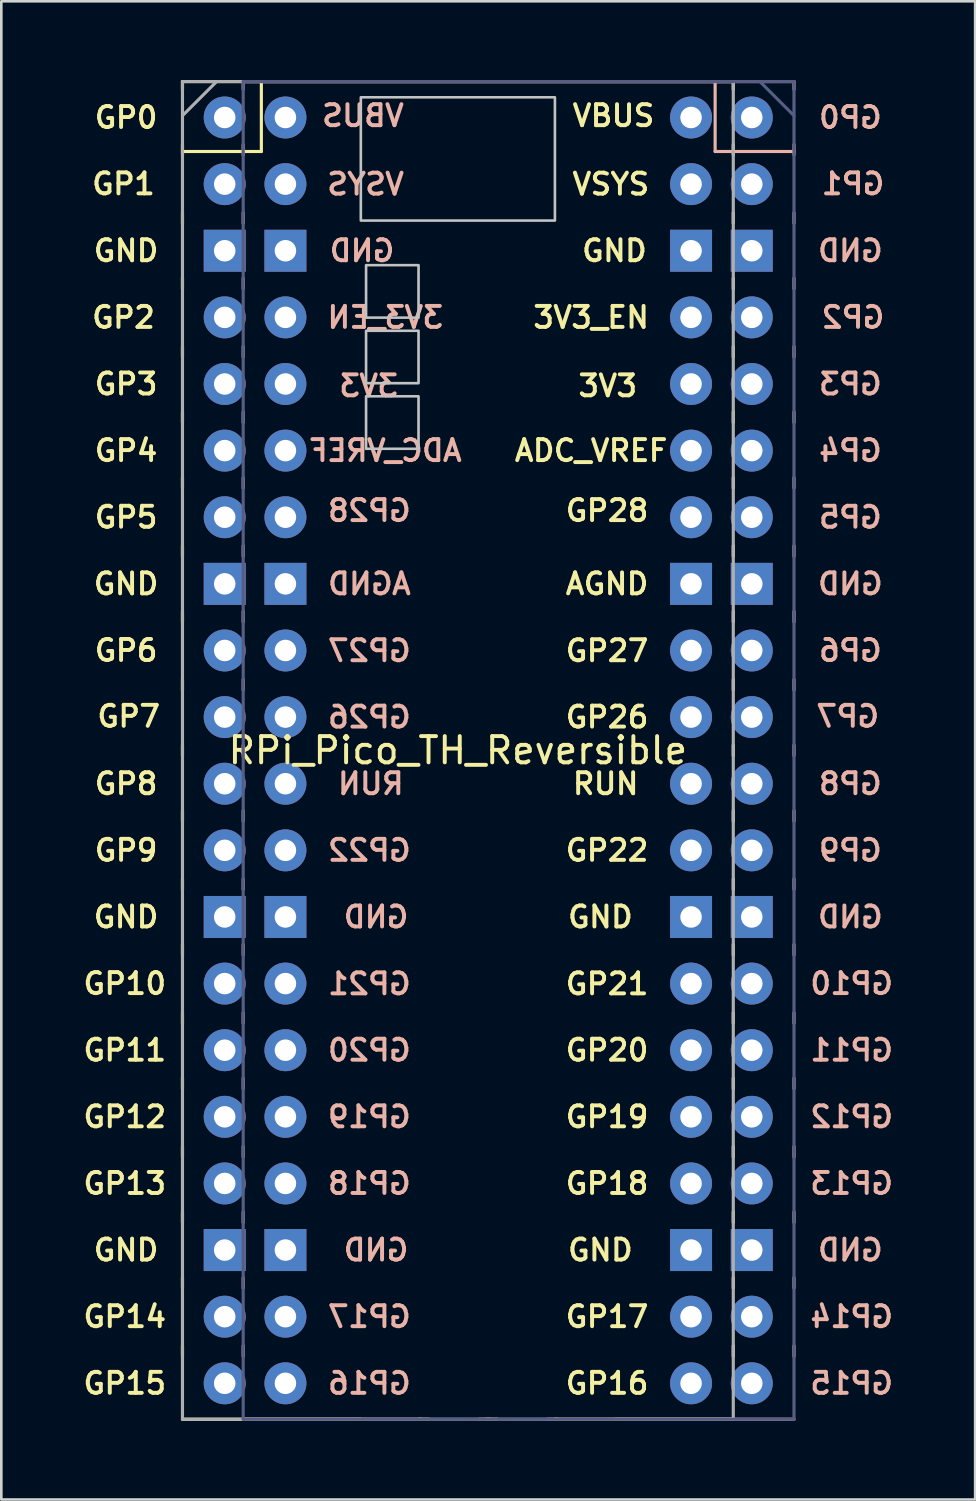
<source format=kicad_pcb>
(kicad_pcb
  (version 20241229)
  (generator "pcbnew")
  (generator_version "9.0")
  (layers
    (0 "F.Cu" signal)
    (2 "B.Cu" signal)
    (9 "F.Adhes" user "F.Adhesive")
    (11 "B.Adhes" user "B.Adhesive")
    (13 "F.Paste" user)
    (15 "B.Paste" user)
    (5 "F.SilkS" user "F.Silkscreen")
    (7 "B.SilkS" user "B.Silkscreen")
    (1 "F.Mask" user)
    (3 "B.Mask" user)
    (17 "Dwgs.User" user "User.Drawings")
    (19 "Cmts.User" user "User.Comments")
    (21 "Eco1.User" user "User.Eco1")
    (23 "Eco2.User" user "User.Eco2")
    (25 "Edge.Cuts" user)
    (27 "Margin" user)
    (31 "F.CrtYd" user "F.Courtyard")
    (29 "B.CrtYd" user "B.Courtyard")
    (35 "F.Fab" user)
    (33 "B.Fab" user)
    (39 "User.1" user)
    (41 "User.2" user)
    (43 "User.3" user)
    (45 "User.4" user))
  (footprint "RPi_Pico_TH_Reversible"
    (layer "F.Cu")
    (at 14.407 25.56)
    (property "Reference" "RPi_Pico_TH_Reversible" (at 0 0 0) (layer "F.SilkS") (effects (font (size 1 1) (thickness 0.15))))
    (attr through_hole)
    (fp_line (start -10.5 -25.5) (end -10.5 -25.2) (stroke (width 0.12) (type solid)) (layer "F.SilkS"))
    (fp_line (start -10.5 -25.5) (end 10.5 -25.5) (stroke (width 0.12) (type solid)) (layer "F.SilkS"))
    (fp_line (start -10.5 -23.1) (end -10.5 -22.7) (stroke (width 0.12) (type solid)) (layer "F.SilkS"))
    (fp_line (start -10.5 -22.833) (end -7.493 -22.833) (stroke (width 0.12) (type solid)) (layer "F.SilkS"))
    (fp_line (start -10.5 -20.5) (end -10.5 -20.1) (stroke (width 0.12) (type solid)) (layer "F.SilkS"))
    (fp_line (start -10.5 -18) (end -10.5 -17.6) (stroke (width 0.12) (type solid)) (layer "F.SilkS"))
    (fp_line (start -10.5 -15.4) (end -10.5 -15) (stroke (width 0.12) (type solid)) (layer "F.SilkS"))
    (fp_line (start -10.5 -12.9) (end -10.5 -12.5) (stroke (width 0.12) (type solid)) (layer "F.SilkS"))
    (fp_line (start -10.5 -10.4) (end -10.5 -10) (stroke (width 0.12) (type solid)) (layer "F.SilkS"))
    (fp_line (start -10.5 -7.8) (end -10.5 -7.4) (stroke (width 0.12) (type solid)) (layer "F.SilkS"))
    (fp_line (start -10.5 -5.3) (end -10.5 -4.9) (stroke (width 0.12) (type solid)) (layer "F.SilkS"))
    (fp_line (start -10.5 -2.7) (end -10.5 -2.3) (stroke (width 0.12) (type solid)) (layer "F.SilkS"))
    (fp_line (start -10.5 -0.2) (end -10.5 0.2) (stroke (width 0.12) (type solid)) (layer "F.SilkS"))
    (fp_line (start -10.5 2.3) (end -10.5 2.7) (stroke (width 0.12) (type solid)) (layer "F.SilkS"))
    (fp_line (start -10.5 4.9) (end -10.5 5.3) (stroke (width 0.12) (type solid)) (layer "F.SilkS"))
    (fp_line (start -10.5 7.4) (end -10.5 7.8) (stroke (width 0.12) (type solid)) (layer "F.SilkS"))
    (fp_line (start -10.5 10) (end -10.5 10.4) (stroke (width 0.12) (type solid)) (layer "F.SilkS"))
    (fp_line (start -10.5 12.5) (end -10.5 12.9) (stroke (width 0.12) (type solid)) (layer "F.SilkS"))
    (fp_line (start -10.5 15.1) (end -10.5 15.5) (stroke (width 0.12) (type solid)) (layer "F.SilkS"))
    (fp_line (start -10.5 17.6) (end -10.5 18) (stroke (width 0.12) (type solid)) (layer "F.SilkS"))
    (fp_line (start -10.5 20.1) (end -10.5 20.5) (stroke (width 0.12) (type solid)) (layer "F.SilkS"))
    (fp_line (start -10.5 22.7) (end -10.5 23.1) (stroke (width 0.12) (type solid)) (layer "F.SilkS"))
    (fp_line (start -7.493 -22.833) (end -7.493 -25.5) (stroke (width 0.12) (type solid)) (layer "F.SilkS"))
    (fp_line (start -3.7 25.5) (end -10.5 25.5) (stroke (width 0.12) (type solid)) (layer "F.SilkS"))
    (fp_line (start -1.5 25.5) (end -1.1 25.5) (stroke (width 0.12) (type solid)) (layer "F.SilkS"))
    (fp_line (start 1.1 25.5) (end 1.5 25.5) (stroke (width 0.12) (type solid)) (layer "F.SilkS"))
    (fp_line (start 10.5 -25.5) (end 10.5 -25.2) (stroke (width 0.12) (type solid)) (layer "F.SilkS"))
    (fp_line (start 10.5 -23.1) (end 10.5 -22.7) (stroke (width 0.12) (type solid)) (layer "F.SilkS"))
    (fp_line (start 10.5 -20.5) (end 10.5 -20.1) (stroke (width 0.12) (type solid)) (layer "F.SilkS"))
    (fp_line (start 10.5 -18) (end 10.5 -17.6) (stroke (width 0.12) (type solid)) (layer "F.SilkS"))
    (fp_line (start 10.5 -15.4) (end 10.5 -15) (stroke (width 0.12) (type solid)) (layer "F.SilkS"))
    (fp_line (start 10.5 -12.9) (end 10.5 -12.5) (stroke (width 0.12) (type solid)) (layer "F.SilkS"))
    (fp_line (start 10.5 -10.4) (end 10.5 -10) (stroke (width 0.12) (type solid)) (layer "F.SilkS"))
    (fp_line (start 10.5 -7.8) (end 10.5 -7.4) (stroke (width 0.12) (type solid)) (layer "F.SilkS"))
    (fp_line (start 10.5 -5.3) (end 10.5 -4.9) (stroke (width 0.12) (type solid)) (layer "F.SilkS"))
    (fp_line (start 10.5 -2.7) (end 10.5 -2.3) (stroke (width 0.12) (type solid)) (layer "F.SilkS"))
    (fp_line (start 10.5 -0.2) (end 10.5 0.2) (stroke (width 0.12) (type solid)) (layer "F.SilkS"))
    (fp_line (start 10.5 2.3) (end 10.5 2.7) (stroke (width 0.12) (type solid)) (layer "F.SilkS"))
    (fp_line (start 10.5 4.9) (end 10.5 5.3) (stroke (width 0.12) (type solid)) (layer "F.SilkS"))
    (fp_line (start 10.5 7.4) (end 10.5 7.8) (stroke (width 0.12) (type solid)) (layer "F.SilkS"))
    (fp_line (start 10.5 10) (end 10.5 10.4) (stroke (width 0.12) (type solid)) (layer "F.SilkS"))
    (fp_line (start 10.5 12.5) (end 10.5 12.9) (stroke (width 0.12) (type solid)) (layer "F.SilkS"))
    (fp_line (start 10.5 15.1) (end 10.5 15.5) (stroke (width 0.12) (type solid)) (layer "F.SilkS"))
    (fp_line (start 10.5 17.6) (end 10.5 18) (stroke (width 0.12) (type solid)) (layer "F.SilkS"))
    (fp_line (start 10.5 20.1) (end 10.5 20.5) (stroke (width 0.12) (type solid)) (layer "F.SilkS"))
    (fp_line (start 10.5 22.7) (end 10.5 23.1) (stroke (width 0.12) (type solid)) (layer "F.SilkS"))
    (fp_line (start 10.5 25.5) (end 3.7 25.5) (stroke (width 0.12) (type solid)) (layer "F.SilkS"))
    (fp_line (start -8.185 -25.5) (end -8.185 -25.2) (stroke (width 0.12) (type solid)) (layer "B.SilkS"))
    (fp_line (start -8.185 -23.1) (end -8.185 -22.7) (stroke (width 0.12) (type solid)) (layer "B.SilkS"))
    (fp_line (start -8.185 -20.5) (end -8.185 -20.1) (stroke (width 0.12) (type solid)) (layer "B.SilkS"))
    (fp_line (start -8.185 -18) (end -8.185 -17.6) (stroke (width 0.12) (type solid)) (layer "B.SilkS"))
    (fp_line (start -8.185 -15.4) (end -8.185 -15) (stroke (width 0.12) (type solid)) (layer "B.SilkS"))
    (fp_line (start -8.185 -12.9) (end -8.185 -12.5) (stroke (width 0.12) (type solid)) (layer "B.SilkS"))
    (fp_line (start -8.185 -10.4) (end -8.185 -10) (stroke (width 0.12) (type solid)) (layer "B.SilkS"))
    (fp_line (start -8.185 -7.8) (end -8.185 -7.4) (stroke (width 0.12) (type solid)) (layer "B.SilkS"))
    (fp_line (start -8.185 -5.3) (end -8.185 -4.9) (stroke (width 0.12) (type solid)) (layer "B.SilkS"))
    (fp_line (start -8.185 -2.7) (end -8.185 -2.3) (stroke (width 0.12) (type solid)) (layer "B.SilkS"))
    (fp_line (start -8.185 -0.2) (end -8.185 0.2) (stroke (width 0.12) (type solid)) (layer "B.SilkS"))
    (fp_line (start -8.185 2.3) (end -8.185 2.7) (stroke (width 0.12) (type solid)) (layer "B.SilkS"))
    (fp_line (start -8.185 4.9) (end -8.185 5.3) (stroke (width 0.12) (type solid)) (layer "B.SilkS"))
    (fp_line (start -8.185 7.4) (end -8.185 7.8) (stroke (width 0.12) (type solid)) (layer "B.SilkS"))
    (fp_line (start -8.185 10) (end -8.185 10.4) (stroke (width 0.12) (type solid)) (layer "B.SilkS"))
    (fp_line (start -8.185 12.5) (end -8.185 12.9) (stroke (width 0.12) (type solid)) (layer "B.SilkS"))
    (fp_line (start -8.185 15.1) (end -8.185 15.5) (stroke (width 0.12) (type solid)) (layer "B.SilkS"))
    (fp_line (start -8.185 17.6) (end -8.185 18) (stroke (width 0.12) (type solid)) (layer "B.SilkS"))
    (fp_line (start -8.185 20.1) (end -8.185 20.5) (stroke (width 0.12) (type solid)) (layer "B.SilkS"))
    (fp_line (start -8.185 22.7) (end -8.185 23.1) (stroke (width 0.12) (type solid)) (layer "B.SilkS"))
    (fp_line (start -8.185 25.5) (end -1.385 25.5) (stroke (width 0.12) (type solid)) (layer "B.SilkS"))
    (fp_line (start 1.215 25.5) (end 0.815 25.5) (stroke (width 0.12) (type solid)) (layer "B.SilkS"))
    (fp_line (start 3.815 25.5) (end 3.415 25.5) (stroke (width 0.12) (type solid)) (layer "B.SilkS"))
    (fp_line (start 6.015 25.5) (end 12.815 25.5) (stroke (width 0.12) (type solid)) (layer "B.SilkS"))
    (fp_line (start 9.808 -22.833) (end 9.808 -25.5) (stroke (width 0.12) (type solid)) (layer "B.SilkS"))
    (fp_line (start 12.815 -25.5) (end -8.185 -25.5) (stroke (width 0.12) (type solid)) (layer "B.SilkS"))
    (fp_line (start 12.815 -25.5) (end 12.815 -25.2) (stroke (width 0.12) (type solid)) (layer "B.SilkS"))
    (fp_line (start 12.815 -23.1) (end 12.815 -22.7) (stroke (width 0.12) (type solid)) (layer "B.SilkS"))
    (fp_line (start 12.815 -22.833) (end 9.808 -22.833) (stroke (width 0.12) (type solid)) (layer "B.SilkS"))
    (fp_line (start 12.815 -20.5) (end 12.815 -20.1) (stroke (width 0.12) (type solid)) (layer "B.SilkS"))
    (fp_line (start 12.815 -18) (end 12.815 -17.6) (stroke (width 0.12) (type solid)) (layer "B.SilkS"))
    (fp_line (start 12.815 -15.4) (end 12.815 -15) (stroke (width 0.12) (type solid)) (layer "B.SilkS"))
    (fp_line (start 12.815 -12.9) (end 12.815 -12.5) (stroke (width 0.12) (type solid)) (layer "B.SilkS"))
    (fp_line (start 12.815 -10.4) (end 12.815 -10) (stroke (width 0.12) (type solid)) (layer "B.SilkS"))
    (fp_line (start 12.815 -7.8) (end 12.815 -7.4) (stroke (width 0.12) (type solid)) (layer "B.SilkS"))
    (fp_line (start 12.815 -5.3) (end 12.815 -4.9) (stroke (width 0.12) (type solid)) (layer "B.SilkS"))
    (fp_line (start 12.815 -2.7) (end 12.815 -2.3) (stroke (width 0.12) (type solid)) (layer "B.SilkS"))
    (fp_line (start 12.815 -0.2) (end 12.815 0.2) (stroke (width 0.12) (type solid)) (layer "B.SilkS"))
    (fp_line (start 12.815 2.3) (end 12.815 2.7) (stroke (width 0.12) (type solid)) (layer "B.SilkS"))
    (fp_line (start 12.815 4.9) (end 12.815 5.3) (stroke (width 0.12) (type solid)) (layer "B.SilkS"))
    (fp_line (start 12.815 7.4) (end 12.815 7.8) (stroke (width 0.12) (type solid)) (layer "B.SilkS"))
    (fp_line (start 12.815 10) (end 12.815 10.4) (stroke (width 0.12) (type solid)) (layer "B.SilkS"))
    (fp_line (start 12.815 12.5) (end 12.815 12.9) (stroke (width 0.12) (type solid)) (layer "B.SilkS"))
    (fp_line (start 12.815 15.1) (end 12.815 15.5) (stroke (width 0.12) (type solid)) (layer "B.SilkS"))
    (fp_line (start 12.815 17.6) (end 12.815 18) (stroke (width 0.12) (type solid)) (layer "B.SilkS"))
    (fp_line (start 12.815 20.1) (end 12.815 20.5) (stroke (width 0.12) (type solid)) (layer "B.SilkS"))
    (fp_line (start 12.815 22.7) (end 12.815 23.1) (stroke (width 0.12) (type solid)) (layer "B.SilkS"))
    (fp_poly (pts (xy -1.5 -16.5) (xy -3.5 -16.5) (xy -3.5 -18.5) (xy -1.5 -18.5)) (stroke (width 0.1) (type solid)) (fill no) (layer "Dwgs.User"))
    (fp_poly (pts (xy -1.5 -14) (xy -3.5 -14) (xy -3.5 -16) (xy -1.5 -16)) (stroke (width 0.1) (type solid)) (fill no) (layer "Dwgs.User"))
    (fp_poly (pts (xy -1.5 -11.5) (xy -3.5 -11.5) (xy -3.5 -13.5) (xy -1.5 -13.5)) (stroke (width 0.1) (type solid)) (fill no) (layer "Dwgs.User"))
    (fp_poly (pts (xy 3.7 -20.2) (xy -3.7 -20.2) (xy -3.7 -24.9) (xy 3.7 -24.9)) (stroke (width 0.1) (type solid)) (fill no) (layer "Dwgs.User"))
    (fp_line (start -8.185 -25.5) (end -8.185 25.5) (stroke (width 0.12) (type solid)) (layer "B.Fab"))
    (fp_line (start -8.185 25.5) (end 12.815 25.5) (stroke (width 0.12) (type solid)) (layer "B.Fab"))
    (fp_line (start 12.815 -25.5) (end -8.185 -25.5) (stroke (width 0.12) (type solid)) (layer "B.Fab"))
    (fp_line (start 12.815 -24.2) (end 11.515 -25.5) (stroke (width 0.12) (type solid)) (layer "B.Fab"))
    (fp_line (start 12.815 25.5) (end 12.815 -25.5) (stroke (width 0.12) (type solid)) (layer "B.Fab"))
    (fp_line (start -10.5 -25.5) (end 10.5 -25.5) (stroke (width 0.12) (type solid)) (layer "F.Fab"))
    (fp_line (start -10.5 -24.2) (end -9.2 -25.5) (stroke (width 0.12) (type solid)) (layer "F.Fab"))
    (fp_line (start -10.5 25.5) (end -10.5 -25.5) (stroke (width 0.12) (type solid)) (layer "F.Fab"))
    (fp_line (start 10.5 -25.5) (end 10.5 25.5) (stroke (width 0.12) (type solid)) (layer "F.Fab"))
    (fp_line (start 10.5 25.5) (end -10.5 25.5) (stroke (width 0.12) (type solid)) (layer "F.Fab"))
    (fp_text user "GND" (at 5.969 -19.05 0) (layer "F.SilkS") (effects (font (size 0.8 0.8) (thickness 0.15))))
    (fp_text user "GP19" (at 5.688 13.97 0) (layer "F.SilkS") (effects (font (size 0.8 0.8) (thickness 0.15))))
    (fp_text user "GP9" (at -12.65 3.81 0) (layer "F.SilkS") (effects (font (size 0.8 0.8) (thickness 0.15))))
    (fp_text user "GP13" (at -12.7 16.51 0) (layer "F.SilkS") (effects (font (size 0.8 0.8) (thickness 0.15))))
    (fp_text user "GND" (at -12.65 6.35 0) (layer "F.SilkS") (effects (font (size 0.8 0.8) (thickness 0.15))))
    (fp_text user "GND" (at 5.434 19.05 0) (layer "F.SilkS") (effects (font (size 0.8 0.8) (thickness 0.15))))
    (fp_text user "GP11" (at -12.7 11.43 0) (layer "F.SilkS") (effects (font (size 0.8 0.8) (thickness 0.15))))
    (fp_text user "AGND" (at 5.688 -6.35 0) (layer "F.SilkS") (effects (font (size 0.8 0.8) (thickness 0.15))))
    (fp_text user "GP28" (at 5.688 -9.144 0) (layer "F.SilkS") (effects (font (size 0.8 0.8) (thickness 0.15))))
    (fp_text user "VSYS" (at 5.834 -21.59 0) (layer "F.SilkS") (effects (font (size 0.8 0.8) (thickness 0.15))))
    (fp_text user "3V3_EN" (at 5.08 -16.51 0) (layer "F.SilkS") (effects (font (size 0.8 0.8) (thickness 0.15))))
    (fp_text user "GP15" (at -12.7 24.13 0) (layer "F.SilkS") (effects (font (size 0.8 0.8) (thickness 0.15))))
    (fp_text user "GP4" (at -12.65 -11.43 0) (layer "F.SilkS") (effects (font (size 0.8 0.8) (thickness 0.15))))
    (fp_text user "GP26" (at 5.688 -1.27 0) (layer "F.SilkS") (effects (font (size 0.8 0.8) (thickness 0.15))))
    (fp_text user "GP7" (at -12.55 -1.3 0) (layer "F.SilkS") (effects (font (size 0.8 0.8) (thickness 0.15))))
    (fp_text user "GP12" (at -12.7 13.97 0) (layer "F.SilkS") (effects (font (size 0.8 0.8) (thickness 0.15))))
    (fp_text user "RUN" (at 5.634 1.27 0) (layer "F.SilkS") (effects (font (size 0.8 0.8) (thickness 0.15))))
    (fp_text user "GP20" (at 5.688 11.43 0) (layer "F.SilkS") (effects (font (size 0.8 0.8) (thickness 0.15))))
    (fp_text user "GP21" (at 5.688 8.9 0) (layer "F.SilkS") (effects (font (size 0.8 0.8) (thickness 0.15))))
    (fp_text user "GP22" (at 5.688 3.81 0) (layer "F.SilkS") (effects (font (size 0.8 0.8) (thickness 0.15))))
    (fp_text user "GND" (at 5.434 6.35 0) (layer "F.SilkS") (effects (font (size 0.8 0.8) (thickness 0.15))))
    (fp_text user "GND" (at -12.65 -6.35 0) (layer "F.SilkS") (effects (font (size 0.8 0.8) (thickness 0.15))))
    (fp_text user "GP3" (at -12.65 -13.97 0) (layer "F.SilkS") (effects (font (size 0.8 0.8) (thickness 0.15))))
    (fp_text user "GP5" (at -12.65 -8.89 0) (layer "F.SilkS") (effects (font (size 0.8 0.8) (thickness 0.15))))
    (fp_text user "GP10" (at -12.7 8.89 0) (layer "F.SilkS") (effects (font (size 0.8 0.8) (thickness 0.15))))
    (fp_text user "3V3" (at 5.715 -13.9 0) (layer "F.SilkS") (effects (font (size 0.8 0.8) (thickness 0.15))))
    (fp_text user "GP8" (at -12.65 1.27 0) (layer "F.SilkS") (effects (font (size 0.8 0.8) (thickness 0.15))))
    (fp_text user "GP2" (at -12.75 -16.51 0) (layer "F.SilkS") (effects (font (size 0.8 0.8) (thickness 0.15))))
    (fp_text user "ADC_VREF" (at 5.08 -11.43 0) (layer "F.SilkS") (effects (font (size 0.8 0.8) (thickness 0.15))))
    (fp_text user "GP14" (at -12.7 21.59 0) (layer "F.SilkS") (effects (font (size 0.8 0.8) (thickness 0.15))))
    (fp_text user "GP18" (at 5.688 16.51 0) (layer "F.SilkS") (effects (font (size 0.8 0.8) (thickness 0.15))))
    (fp_text user "GP6" (at -12.65 -3.81 0) (layer "F.SilkS") (effects (font (size 0.8 0.8) (thickness 0.15))))
    (fp_text user "GND" (at -12.65 -19.05 0) (layer "F.SilkS") (effects (font (size 0.8 0.8) (thickness 0.15))))
    (fp_text user "GND" (at -12.65 19.05 0) (layer "F.SilkS") (effects (font (size 0.8 0.8) (thickness 0.15))))
    (fp_text user "GP17" (at 5.688 21.59 0) (layer "F.SilkS") (effects (font (size 0.8 0.8) (thickness 0.15))))
    (fp_text user "GP27" (at 5.688 -3.8 0) (layer "F.SilkS") (effects (font (size 0.8 0.8) (thickness 0.15))))
    (fp_text user "GP0" (at -12.65 -24.13 0) (layer "F.SilkS") (effects (font (size 0.8 0.8) (thickness 0.15))))
    (fp_text user "GP16" (at 5.688 24.13 0) (layer "F.SilkS") (effects (font (size 0.8 0.8) (thickness 0.15))))
    (fp_text user "GP1" (at -12.75 -21.6 0) (layer "F.SilkS") (effects (font (size 0.8 0.8) (thickness 0.15))))
    (fp_text user "VBUS" (at 5.934 -24.2 0) (layer "F.SilkS") (effects (font (size 0.8 0.8) (thickness 0.15))))
    (fp_text user "GP2" (at 15.065 -16.51 180) (layer "B.SilkS") (effects (font (size 0.8 0.8) (thickness 0.15)) (justify mirror)))
    (fp_text user "GP12" (at 15.015 13.97 180) (layer "B.SilkS") (effects (font (size 0.8 0.8) (thickness 0.15)) (justify mirror)))
    (fp_text user "ADC_VREF" (at -2.765 -11.43 180) (layer "B.SilkS") (effects (font (size 0.8 0.8) (thickness 0.15)) (justify mirror)))
    (fp_text user "GND" (at -3.119 19.05 180) (layer "B.SilkS") (effects (font (size 0.8 0.8) (thickness 0.15)) (justify mirror)))
    (fp_text user "GP14" (at 15.015 21.59 180) (layer "B.SilkS") (effects (font (size 0.8 0.8) (thickness 0.15)) (justify mirror)))
    (fp_text user "GP19" (at -3.373 13.97 180) (layer "B.SilkS") (effects (font (size 0.8 0.8) (thickness 0.15)) (justify mirror)))
    (fp_text user "GP0" (at 14.965 -24.13 180) (layer "B.SilkS") (effects (font (size 0.8 0.8) (thickness 0.15)) (justify mirror)))
    (fp_text user "GND" (at -3.654 -19.05 180) (layer "B.SilkS") (effects (font (size 0.8 0.8) (thickness 0.15)) (justify mirror)))
    (fp_text user "VBUS" (at -3.619 -24.2 180) (layer "B.SilkS") (effects (font (size 0.8 0.8) (thickness 0.15)) (justify mirror)))
    (fp_text user "GP22" (at -3.373 3.81 180) (layer "B.SilkS") (effects (font (size 0.8 0.8) (thickness 0.15)) (justify mirror)))
    (fp_text user "RUN" (at -3.319 1.27 180) (layer "B.SilkS") (effects (font (size 0.8 0.8) (thickness 0.15)) (justify mirror)))
    (fp_text user "3V3" (at -3.4 -13.9 180) (layer "B.SilkS") (effects (font (size 0.8 0.8) (thickness 0.15)) (justify mirror)))
    (fp_text user "GP13" (at 15.015 16.51 180) (layer "B.SilkS") (effects (font (size 0.8 0.8) (thickness 0.15)) (justify mirror)))
    (fp_text user "GP27" (at -3.373 -3.8 180) (layer "B.SilkS") (effects (font (size 0.8 0.8) (thickness 0.15)) (justify mirror)))
    (fp_text user "GND" (at 14.965 19.05 180) (layer "B.SilkS") (effects (font (size 0.8 0.8) (thickness 0.15)) (justify mirror)))
    (fp_text user "GP6" (at 14.965 -3.81 180) (layer "B.SilkS") (effects (font (size 0.8 0.8) (thickness 0.15)) (justify mirror)))
    (fp_text user "AGND" (at -3.373 -6.35 180) (layer "B.SilkS") (effects (font (size 0.8 0.8) (thickness 0.15)) (justify mirror)))
    (fp_text user "GP7" (at 14.865 -1.3 180) (layer "B.SilkS") (effects (font (size 0.8 0.8) (thickness 0.15)) (justify mirror)))
    (fp_text user "GP20" (at -3.373 11.43 180) (layer "B.SilkS") (effects (font (size 0.8 0.8) (thickness 0.15)) (justify mirror)))
    (fp_text user "GP17" (at -3.373 21.59 180) (layer "B.SilkS") (effects (font (size 0.8 0.8) (thickness 0.15)) (justify mirror)))
    (fp_text user "GP1" (at 15.065 -21.6 180) (layer "B.SilkS") (effects (font (size 0.8 0.8) (thickness 0.15)) (justify mirror)))
    (fp_text user "GND" (at 14.965 6.35 180) (layer "B.SilkS") (effects (font (size 0.8 0.8) (thickness 0.15)) (justify mirror)))
    (fp_text user "GP21" (at -3.373 8.9 180) (layer "B.SilkS") (effects (font (size 0.8 0.8) (thickness 0.15)) (justify mirror)))
    (fp_text user "GP4" (at 14.965 -11.43 180) (layer "B.SilkS") (effects (font (size 0.8 0.8) (thickness 0.15)) (justify mirror)))
    (fp_text user "VSYS" (at -3.519 -21.59 180) (layer "B.SilkS") (effects (font (size 0.8 0.8) (thickness 0.15)) (justify mirror)))
    (fp_text user "GP11" (at 15.015 11.43 180) (layer "B.SilkS") (effects (font (size 0.8 0.8) (thickness 0.15)) (justify mirror)))
    (fp_text user "GP28" (at -3.373 -9.144 180) (layer "B.SilkS") (effects (font (size 0.8 0.8) (thickness 0.15)) (justify mirror)))
    (fp_text user "GND" (at 14.965 -19.05 180) (layer "B.SilkS") (effects (font (size 0.8 0.8) (thickness 0.15)) (justify mirror)))
    (fp_text user "GP3" (at 14.965 -13.97 180) (layer "B.SilkS") (effects (font (size 0.8 0.8) (thickness 0.15)) (justify mirror)))
    (fp_text user "GP15" (at 15.015 24.13 180) (layer "B.SilkS") (effects (font (size 0.8 0.8) (thickness 0.15)) (justify mirror)))
    (fp_text user "GP26" (at -3.373 -1.27 180) (layer "B.SilkS") (effects (font (size 0.8 0.8) (thickness 0.15)) (justify mirror)))
    (fp_text user "GP8" (at 14.965 1.27 180) (layer "B.SilkS") (effects (font (size 0.8 0.8) (thickness 0.15)) (justify mirror)))
    (fp_text user "GP10" (at 15.015 8.89 180) (layer "B.SilkS") (effects (font (size 0.8 0.8) (thickness 0.15)) (justify mirror)))
    (fp_text user "GP18" (at -3.373 16.51 180) (layer "B.SilkS") (effects (font (size 0.8 0.8) (thickness 0.15)) (justify mirror)))
    (fp_text user "GP16" (at -3.373 24.13 180) (layer "B.SilkS") (effects (font (size 0.8 0.8) (thickness 0.15)) (justify mirror)))
    (fp_text user "GP9" (at 14.965 3.81 180) (layer "B.SilkS") (effects (font (size 0.8 0.8) (thickness 0.15)) (justify mirror)))
    (fp_text user "GP5" (at 14.965 -8.89 180) (layer "B.SilkS") (effects (font (size 0.8 0.8) (thickness 0.15)) (justify mirror)))
    (fp_text user "GND" (at 14.965 -6.35 180) (layer "B.SilkS") (effects (font (size 0.8 0.8) (thickness 0.15)) (justify mirror)))
    (fp_text user "3V3_EN" (at -2.765 -16.51 180) (layer "B.SilkS") (effects (font (size 0.8 0.8) (thickness 0.15)) (justify mirror)))
    (fp_text user "GND" (at -3.119 6.35 180) (layer "B.SilkS") (effects (font (size 0.8 0.8) (thickness 0.15)) (justify mirror)))
    (pad "1" thru_hole oval (at -8.89 -24.13) (size 1.6 1.6) (drill 0.82) (layers "*.Cu" "*.Mask"))
    (pad "1" thru_hole oval (at 11.205 -24.13 180) (size 1.6 1.6) (drill 0.82) (layers "*.Cu" "*.Mask"))
    (pad "2" thru_hole oval (at -8.89 -21.59) (size 1.6 1.6) (drill 0.82) (layers "*.Cu" "*.Mask"))
    (pad "2" thru_hole oval (at 11.205 -21.59 180) (size 1.6 1.6) (drill 0.82) (layers "*.Cu" "*.Mask"))
    (pad "3" thru_hole rect (at -8.89 -19.05) (size 1.6 1.6) (drill 0.82) (layers "*.Cu" "*.Mask"))
    (pad "3" thru_hole rect (at 11.205 -19.05 180) (size 1.6 1.6) (drill 0.82) (layers "*.Cu" "*.Mask"))
    (pad "4" thru_hole oval (at -8.89 -16.51) (size 1.6 1.6) (drill 0.82) (layers "*.Cu" "*.Mask"))
    (pad "4" thru_hole oval (at 11.205 -16.51 180) (size 1.6 1.6) (drill 0.82) (layers "*.Cu" "*.Mask"))
    (pad "5" thru_hole oval (at -8.89 -13.97) (size 1.6 1.6) (drill 0.82) (layers "*.Cu" "*.Mask"))
    (pad "5" thru_hole oval (at 11.205 -13.97 180) (size 1.6 1.6) (drill 0.82) (layers "*.Cu" "*.Mask"))
    (pad "6" thru_hole oval (at -8.89 -11.43) (size 1.6 1.6) (drill 0.82) (layers "*.Cu" "*.Mask"))
    (pad "6" thru_hole oval (at 11.205 -11.43 180) (size 1.6 1.6) (drill 0.82) (layers "*.Cu" "*.Mask"))
    (pad "7" thru_hole oval (at -8.89 -8.89) (size 1.6 1.6) (drill 0.82) (layers "*.Cu" "*.Mask"))
    (pad "7" thru_hole oval (at 11.205 -8.89 180) (size 1.6 1.6) (drill 0.82) (layers "*.Cu" "*.Mask"))
    (pad "8" thru_hole rect (at -8.89 -6.35) (size 1.6 1.6) (drill 0.82) (layers "*.Cu" "*.Mask"))
    (pad "8" thru_hole rect (at 11.205 -6.35 180) (size 1.6 1.6) (drill 0.82) (layers "*.Cu" "*.Mask"))
    (pad "9" thru_hole oval (at -8.89 -3.81) (size 1.6 1.6) (drill 0.82) (layers "*.Cu" "*.Mask"))
    (pad "9" thru_hole oval (at 11.205 -3.81 180) (size 1.6 1.6) (drill 0.82) (layers "*.Cu" "*.Mask"))
    (pad "10" thru_hole oval (at -8.89 -1.27) (size 1.6 1.6) (drill 0.82) (layers "*.Cu" "*.Mask"))
    (pad "10" thru_hole oval (at 11.205 -1.27 180) (size 1.6 1.6) (drill 0.82) (layers "*.Cu" "*.Mask"))
    (pad "11" thru_hole oval (at -8.89 1.27) (size 1.6 1.6) (drill 0.82) (layers "*.Cu" "*.Mask"))
    (pad "11" thru_hole oval (at 11.205 1.27 180) (size 1.6 1.6) (drill 0.82) (layers "*.Cu" "*.Mask"))
    (pad "12" thru_hole oval (at -8.89 3.81) (size 1.6 1.6) (drill 0.82) (layers "*.Cu" "*.Mask"))
    (pad "12" thru_hole oval (at 11.205 3.81 180) (size 1.6 1.6) (drill 0.82) (layers "*.Cu" "*.Mask"))
    (pad "13" thru_hole rect (at -8.89 6.35) (size 1.6 1.6) (drill 0.82) (layers "*.Cu" "*.Mask"))
    (pad "13" thru_hole rect (at 11.205 6.35 180) (size 1.6 1.6) (drill 0.82) (layers "*.Cu" "*.Mask"))
    (pad "14" thru_hole oval (at -8.89 8.89) (size 1.6 1.6) (drill 0.82) (layers "*.Cu" "*.Mask"))
    (pad "14" thru_hole oval (at 11.205 8.89 180) (size 1.6 1.6) (drill 0.82) (layers "*.Cu" "*.Mask"))
    (pad "15" thru_hole oval (at -8.89 11.43) (size 1.6 1.6) (drill 0.82) (layers "*.Cu" "*.Mask"))
    (pad "15" thru_hole oval (at 11.205 11.43 180) (size 1.6 1.6) (drill 0.82) (layers "*.Cu" "*.Mask"))
    (pad "16" thru_hole oval (at -8.89 13.97) (size 1.6 1.6) (drill 0.82) (layers "*.Cu" "*.Mask"))
    (pad "16" thru_hole oval (at 11.205 13.97 180) (size 1.6 1.6) (drill 0.82) (layers "*.Cu" "*.Mask"))
    (pad "17" thru_hole oval (at -8.89 16.51) (size 1.6 1.6) (drill 0.82) (layers "*.Cu" "*.Mask"))
    (pad "17" thru_hole oval (at 11.205 16.51 180) (size 1.6 1.6) (drill 0.82) (layers "*.Cu" "*.Mask"))
    (pad "18" thru_hole rect (at -8.89 19.05) (size 1.6 1.6) (drill 0.82) (layers "*.Cu" "*.Mask"))
    (pad "18" thru_hole rect (at 11.205 19.05 180) (size 1.6 1.6) (drill 0.82) (layers "*.Cu" "*.Mask"))
    (pad "19" thru_hole oval (at -8.89 21.59) (size 1.6 1.6) (drill 0.82) (layers "*.Cu" "*.Mask"))
    (pad "19" thru_hole oval (at 11.205 21.59 180) (size 1.6 1.6) (drill 0.82) (layers "*.Cu" "*.Mask"))
    (pad "20" thru_hole oval (at -8.89 24.13) (size 1.6 1.6) (drill 0.82) (layers "*.Cu" "*.Mask"))
    (pad "20" thru_hole oval (at 11.205 24.13 180) (size 1.6 1.6) (drill 0.82) (layers "*.Cu" "*.Mask"))
    (pad "21" thru_hole oval (at -6.575 24.13 180) (size 1.6 1.6) (drill 0.82) (layers "*.Cu" "*.Mask"))
    (pad "21" thru_hole oval (at 8.89 24.13) (size 1.6 1.6) (drill 0.82) (layers "*.Cu" "*.Mask"))
    (pad "22" thru_hole oval (at -6.575 21.59 180) (size 1.6 1.6) (drill 0.82) (layers "*.Cu" "*.Mask"))
    (pad "22" thru_hole oval (at 8.89 21.59) (size 1.6 1.6) (drill 0.82) (layers "*.Cu" "*.Mask"))
    (pad "23" thru_hole rect (at -6.575 19.05 180) (size 1.6 1.6) (drill 0.82) (layers "*.Cu" "*.Mask"))
    (pad "23" thru_hole rect (at 8.89 19.05) (size 1.6 1.6) (drill 0.82) (layers "*.Cu" "*.Mask"))
    (pad "24" thru_hole oval (at -6.575 16.51 180) (size 1.6 1.6) (drill 0.82) (layers "*.Cu" "*.Mask"))
    (pad "24" thru_hole oval (at 8.89 16.51) (size 1.6 1.6) (drill 0.82) (layers "*.Cu" "*.Mask"))
    (pad "25" thru_hole oval (at -6.575 13.97 180) (size 1.6 1.6) (drill 0.82) (layers "*.Cu" "*.Mask"))
    (pad "25" thru_hole oval (at 8.89 13.97) (size 1.6 1.6) (drill 0.82) (layers "*.Cu" "*.Mask"))
    (pad "26" thru_hole oval (at -6.575 11.43 180) (size 1.6 1.6) (drill 0.82) (layers "*.Cu" "*.Mask"))
    (pad "26" thru_hole oval (at 8.89 11.43) (size 1.6 1.6) (drill 0.82) (layers "*.Cu" "*.Mask"))
    (pad "27" thru_hole oval (at -6.575 8.89 180) (size 1.6 1.6) (drill 0.82) (layers "*.Cu" "*.Mask"))
    (pad "27" thru_hole oval (at 8.89 8.89) (size 1.6 1.6) (drill 0.82) (layers "*.Cu" "*.Mask"))
    (pad "28" thru_hole rect (at -6.575 6.35 180) (size 1.6 1.6) (drill 0.82) (layers "*.Cu" "*.Mask"))
    (pad "28" thru_hole rect (at 8.89 6.35) (size 1.6 1.6) (drill 0.82) (layers "*.Cu" "*.Mask"))
    (pad "29" thru_hole oval (at -6.575 3.81 180) (size 1.6 1.6) (drill 0.82) (layers "*.Cu" "*.Mask"))
    (pad "29" thru_hole oval (at 8.89 3.81) (size 1.6 1.6) (drill 0.82) (layers "*.Cu" "*.Mask"))
    (pad "30" thru_hole oval (at -6.575 1.27 180) (size 1.6 1.6) (drill 0.82) (layers "*.Cu" "*.Mask"))
    (pad "30" thru_hole oval (at 8.89 1.27) (size 1.6 1.6) (drill 0.82) (layers "*.Cu" "*.Mask"))
    (pad "31" thru_hole oval (at -6.575 -1.27 180) (size 1.6 1.6) (drill 0.82) (layers "*.Cu" "*.Mask"))
    (pad "31" thru_hole oval (at 8.89 -1.27) (size 1.6 1.6) (drill 0.82) (layers "*.Cu" "*.Mask"))
    (pad "32" thru_hole oval (at -6.575 -3.81 180) (size 1.6 1.6) (drill 0.82) (layers "*.Cu" "*.Mask"))
    (pad "32" thru_hole oval (at 8.89 -3.81) (size 1.6 1.6) (drill 0.82) (layers "*.Cu" "*.Mask"))
    (pad "33" thru_hole rect (at -6.575 -6.35 180) (size 1.6 1.6) (drill 0.82) (layers "*.Cu" "*.Mask"))
    (pad "33" thru_hole rect (at 8.89 -6.35) (size 1.6 1.6) (drill 0.82) (layers "*.Cu" "*.Mask"))
    (pad "34" thru_hole oval (at -6.575 -8.89 180) (size 1.6 1.6) (drill 0.82) (layers "*.Cu" "*.Mask"))
    (pad "34" thru_hole oval (at 8.89 -8.89) (size 1.6 1.6) (drill 0.82) (layers "*.Cu" "*.Mask"))
    (pad "35" thru_hole oval (at -6.575 -11.43 180) (size 1.6 1.6) (drill 0.82) (layers "*.Cu" "*.Mask"))
    (pad "35" thru_hole oval (at 8.89 -11.43) (size 1.6 1.6) (drill 0.82) (layers "*.Cu" "*.Mask"))
    (pad "36" thru_hole oval (at -6.575 -13.97 180) (size 1.6 1.6) (drill 0.82) (layers "*.Cu" "*.Mask"))
    (pad "36" thru_hole oval (at 8.89 -13.97) (size 1.6 1.6) (drill 0.82) (layers "*.Cu" "*.Mask"))
    (pad "37" thru_hole oval (at -6.575 -16.51 180) (size 1.6 1.6) (drill 0.82) (layers "*.Cu" "*.Mask"))
    (pad "37" thru_hole oval (at 8.89 -16.51) (size 1.6 1.6) (drill 0.82) (layers "*.Cu" "*.Mask"))
    (pad "38" thru_hole rect (at -6.575 -19.05 180) (size 1.6 1.6) (drill 0.82) (layers "*.Cu" "*.Mask"))
    (pad "38" thru_hole rect (at 8.89 -19.05) (size 1.6 1.6) (drill 0.82) (layers "*.Cu" "*.Mask"))
    (pad "39" thru_hole oval (at -6.575 -21.59 180) (size 1.6 1.6) (drill 0.82) (layers "*.Cu" "*.Mask"))
    (pad "39" thru_hole oval (at 8.89 -21.59) (size 1.6 1.6) (drill 0.82) (layers "*.Cu" "*.Mask"))
    (pad "40" thru_hole oval (at -6.575 -24.13 180) (size 1.6 1.6) (drill 0.82) (layers "*.Cu" "*.Mask"))
    (pad "40" thru_hole oval (at 8.89 -24.13) (size 1.6 1.6) (drill 0.82) (layers "*.Cu" "*.Mask")))
  (gr_rect
    (start -3 -3)
    (end 34.129 54.12)
    (stroke (width 0.1) (type default))
    (fill no)
    (layer "Edge.Cuts")))
</source>
